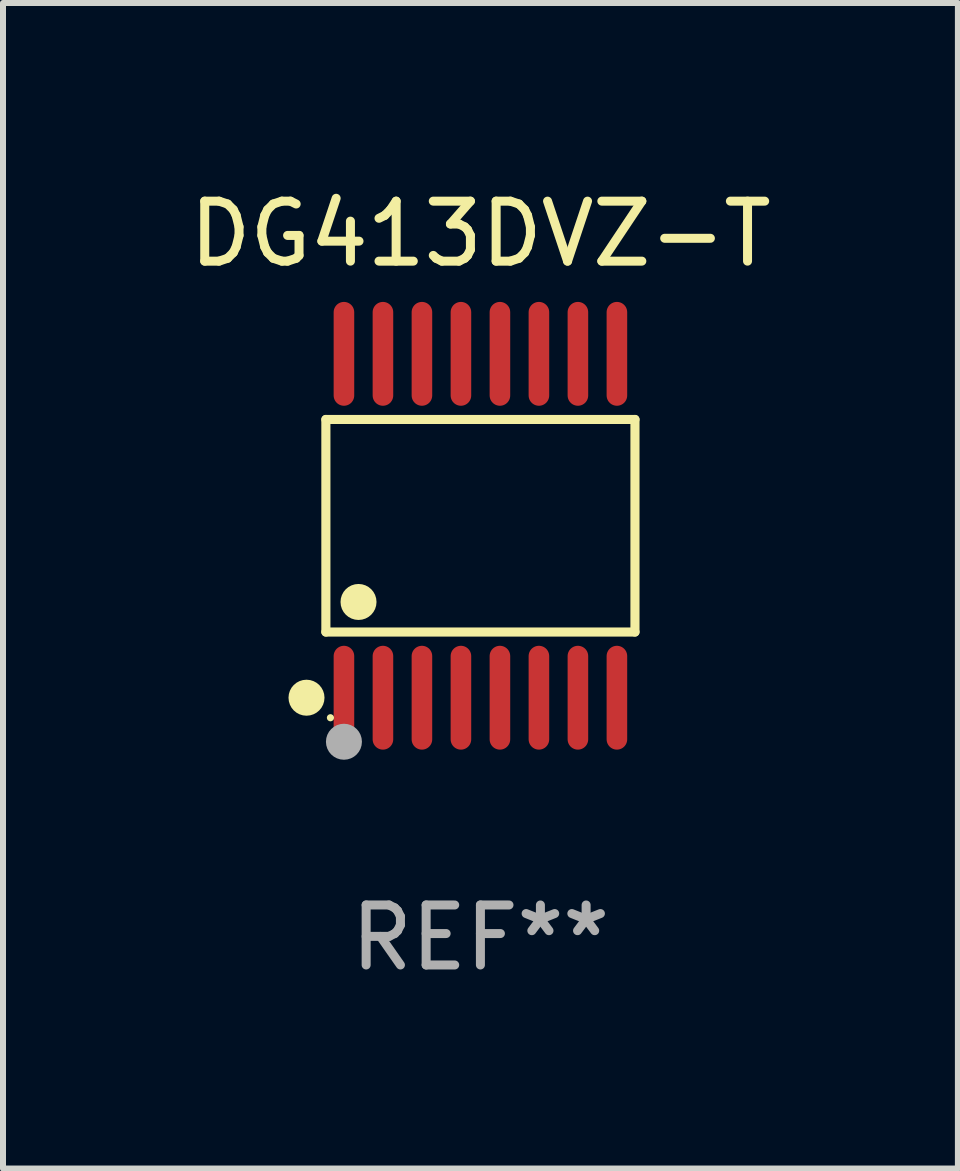
<source format=kicad_pcb>
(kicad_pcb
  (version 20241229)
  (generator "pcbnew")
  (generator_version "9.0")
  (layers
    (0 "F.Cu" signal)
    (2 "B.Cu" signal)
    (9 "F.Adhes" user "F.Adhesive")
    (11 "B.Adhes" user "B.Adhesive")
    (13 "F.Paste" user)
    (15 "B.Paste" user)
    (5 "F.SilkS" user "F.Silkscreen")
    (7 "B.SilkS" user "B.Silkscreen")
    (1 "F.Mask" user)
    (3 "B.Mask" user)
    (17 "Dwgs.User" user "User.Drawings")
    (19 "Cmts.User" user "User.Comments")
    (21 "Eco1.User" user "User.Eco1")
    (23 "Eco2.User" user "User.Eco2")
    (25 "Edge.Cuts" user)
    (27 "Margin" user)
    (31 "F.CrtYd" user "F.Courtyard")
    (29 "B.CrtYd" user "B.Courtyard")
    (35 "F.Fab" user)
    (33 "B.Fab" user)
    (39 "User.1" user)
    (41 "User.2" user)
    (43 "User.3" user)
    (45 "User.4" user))
  (footprint "DG413DVZ-T"
    (layer "F.Cu")
    (at 4.958 5.714)
    (property "Reference" "DG413DVZ-T" (at 0 -4.866 0) (layer "F.SilkS") (effects (font (size 1 1) (thickness 0.15))))
    (attr through_hole)
    (fp_line (start -2.576 -1.772) (end 2.576 -1.772) (stroke (width 0.152) (type solid)) (layer "F.SilkS"))
    (fp_line (start -2.576 1.771) (end -2.576 -1.772) (stroke (width 0.152) (type solid)) (layer "F.SilkS"))
    (fp_line (start 2.576 -1.772) (end 2.576 1.771) (stroke (width 0.152) (type solid)) (layer "F.SilkS"))
    (fp_line (start 2.576 1.771) (end -2.576 1.771) (stroke (width 0.152) (type solid)) (layer "F.SilkS"))
    (fp_circle (center -2.899 2.866) (end -2.749 2.866) (stroke (width 0.3) (type solid)) (fill no) (layer "F.SilkS"))
    (fp_circle (center -2.5 3.2) (end -2.47 3.2) (stroke (width 0.06) (type solid)) (fill no) (layer "F.SilkS"))
    (fp_circle (center -2.032 1.27) (end -1.882 1.27) (stroke (width 0.3) (type solid)) (fill no) (layer "F.SilkS"))
    (fp_circle (center -2.275 3.6) (end -2.125 3.6) (stroke (width 0.3) (type solid)) (fill no) (layer "F.Fab"))
    (fp_text user "REF**" (at 0 6.866 0) (layer "F.Fab") (effects (font (size 1 1) (thickness 0.15))))
    (pad "1" smd oval (at -2.275 2.866) (size 0.343 1.731) (layers "F.Cu" "F.Mask" "F.Paste"))
    (pad "2" smd oval (at -1.625 2.866) (size 0.343 1.731) (layers "F.Cu" "F.Mask" "F.Paste"))
    (pad "3" smd oval (at -0.975 2.866) (size 0.343 1.731) (layers "F.Cu" "F.Mask" "F.Paste"))
    (pad "4" smd oval (at -0.325 2.866) (size 0.343 1.731) (layers "F.Cu" "F.Mask" "F.Paste"))
    (pad "5" smd oval (at 0.325 2.866) (size 0.343 1.731) (layers "F.Cu" "F.Mask" "F.Paste"))
    (pad "6" smd oval (at 0.975 2.866) (size 0.343 1.731) (layers "F.Cu" "F.Mask" "F.Paste"))
    (pad "7" smd oval (at 1.625 2.866) (size 0.343 1.731) (layers "F.Cu" "F.Mask" "F.Paste"))
    (pad "8" smd oval (at 2.275 2.866) (size 0.343 1.731) (layers "F.Cu" "F.Mask" "F.Paste"))
    (pad "9" smd oval (at 2.275 -2.866) (size 0.343 1.731) (layers "F.Cu" "F.Mask" "F.Paste"))
    (pad "10" smd oval (at 1.625 -2.866) (size 0.343 1.731) (layers "F.Cu" "F.Mask" "F.Paste"))
    (pad "11" smd oval (at 0.975 -2.866) (size 0.343 1.731) (layers "F.Cu" "F.Mask" "F.Paste"))
    (pad "12" smd oval (at 0.325 -2.866) (size 0.343 1.731) (layers "F.Cu" "F.Mask" "F.Paste"))
    (pad "13" smd oval (at -0.325 -2.866) (size 0.343 1.731) (layers "F.Cu" "F.Mask" "F.Paste"))
    (pad "14" smd oval (at -0.975 -2.866) (size 0.343 1.731) (layers "F.Cu" "F.Mask" "F.Paste"))
    (pad "15" smd oval (at -1.625 -2.866) (size 0.343 1.731) (layers "F.Cu" "F.Mask" "F.Paste"))
    (pad "16" smd oval (at -2.275 -2.866) (size 0.343 1.731) (layers "F.Cu" "F.Mask" "F.Paste")))
  (gr_rect
    (start -3 -3)
    (end 12.917 16.428)
    (stroke (width 0.1) (type default))
    (fill no)
    (layer "Edge.Cuts")))
</source>
